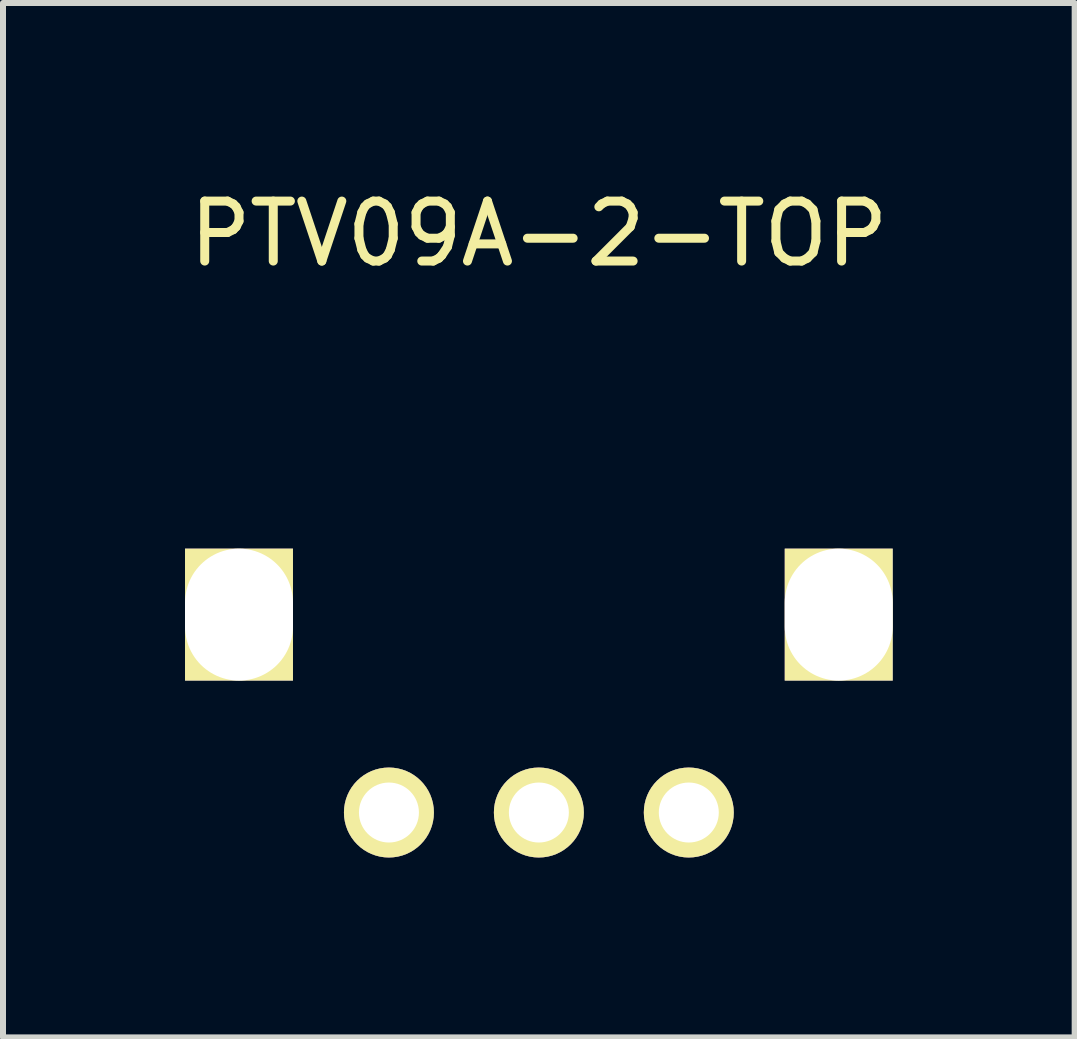
<source format=kicad_pcb>
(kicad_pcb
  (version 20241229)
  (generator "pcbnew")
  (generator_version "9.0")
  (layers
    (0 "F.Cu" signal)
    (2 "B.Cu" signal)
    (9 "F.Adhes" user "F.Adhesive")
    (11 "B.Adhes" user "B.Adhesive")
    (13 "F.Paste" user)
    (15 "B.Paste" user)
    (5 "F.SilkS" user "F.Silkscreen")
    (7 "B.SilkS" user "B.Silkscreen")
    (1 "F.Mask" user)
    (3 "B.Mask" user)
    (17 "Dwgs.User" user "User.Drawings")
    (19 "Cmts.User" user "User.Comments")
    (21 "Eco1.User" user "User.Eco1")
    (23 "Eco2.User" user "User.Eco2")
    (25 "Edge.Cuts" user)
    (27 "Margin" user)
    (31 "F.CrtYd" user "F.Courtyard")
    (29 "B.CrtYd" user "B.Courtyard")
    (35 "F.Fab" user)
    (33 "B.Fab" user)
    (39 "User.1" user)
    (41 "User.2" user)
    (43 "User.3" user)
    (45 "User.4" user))
  (footprint "PTV09A-2-TOP"
    (layer "F.Cu")
    (at 5.935 7.198)
    (property "Reference" "PTV09A-2-TOP" (at 0 -6.35 0) (layer "F.SilkS") (effects (font (size 1 1) (thickness 0.15))))
    (attr through_hole)
    (pad "" np_thru_hole rect (at -5 0) (size 1.8 2.2) (drill oval 1.8 2.2) (layers "*.Cu" "*.Mask" "F.SilkS"))
    (pad "" np_thru_hole rect (at 5 0) (size 1.8 2.2) (drill oval 1.8 2.2) (layers "*.Cu" "*.Mask" "F.SilkS"))
    (pad "1" thru_hole circle (at -2.5 3.3 180) (size 1.5 1.5) (drill 1) (layers "*.Cu" "*.Mask" "F.SilkS"))
    (pad "2" thru_hole circle (at 0 3.3 180) (size 1.5 1.5) (drill 1) (layers "*.Cu" "*.Mask" "F.SilkS"))
    (pad "3" thru_hole circle (at 2.5 3.3 180) (size 1.5 1.5) (drill 1) (layers "*.Cu" "*.Mask" "F.SilkS")))
  (gr_rect
    (start -3 -3)
    (end 14.869 14.248)
    (stroke (width 0.1) (type default))
    (fill no)
    (layer "Edge.Cuts")))
</source>
